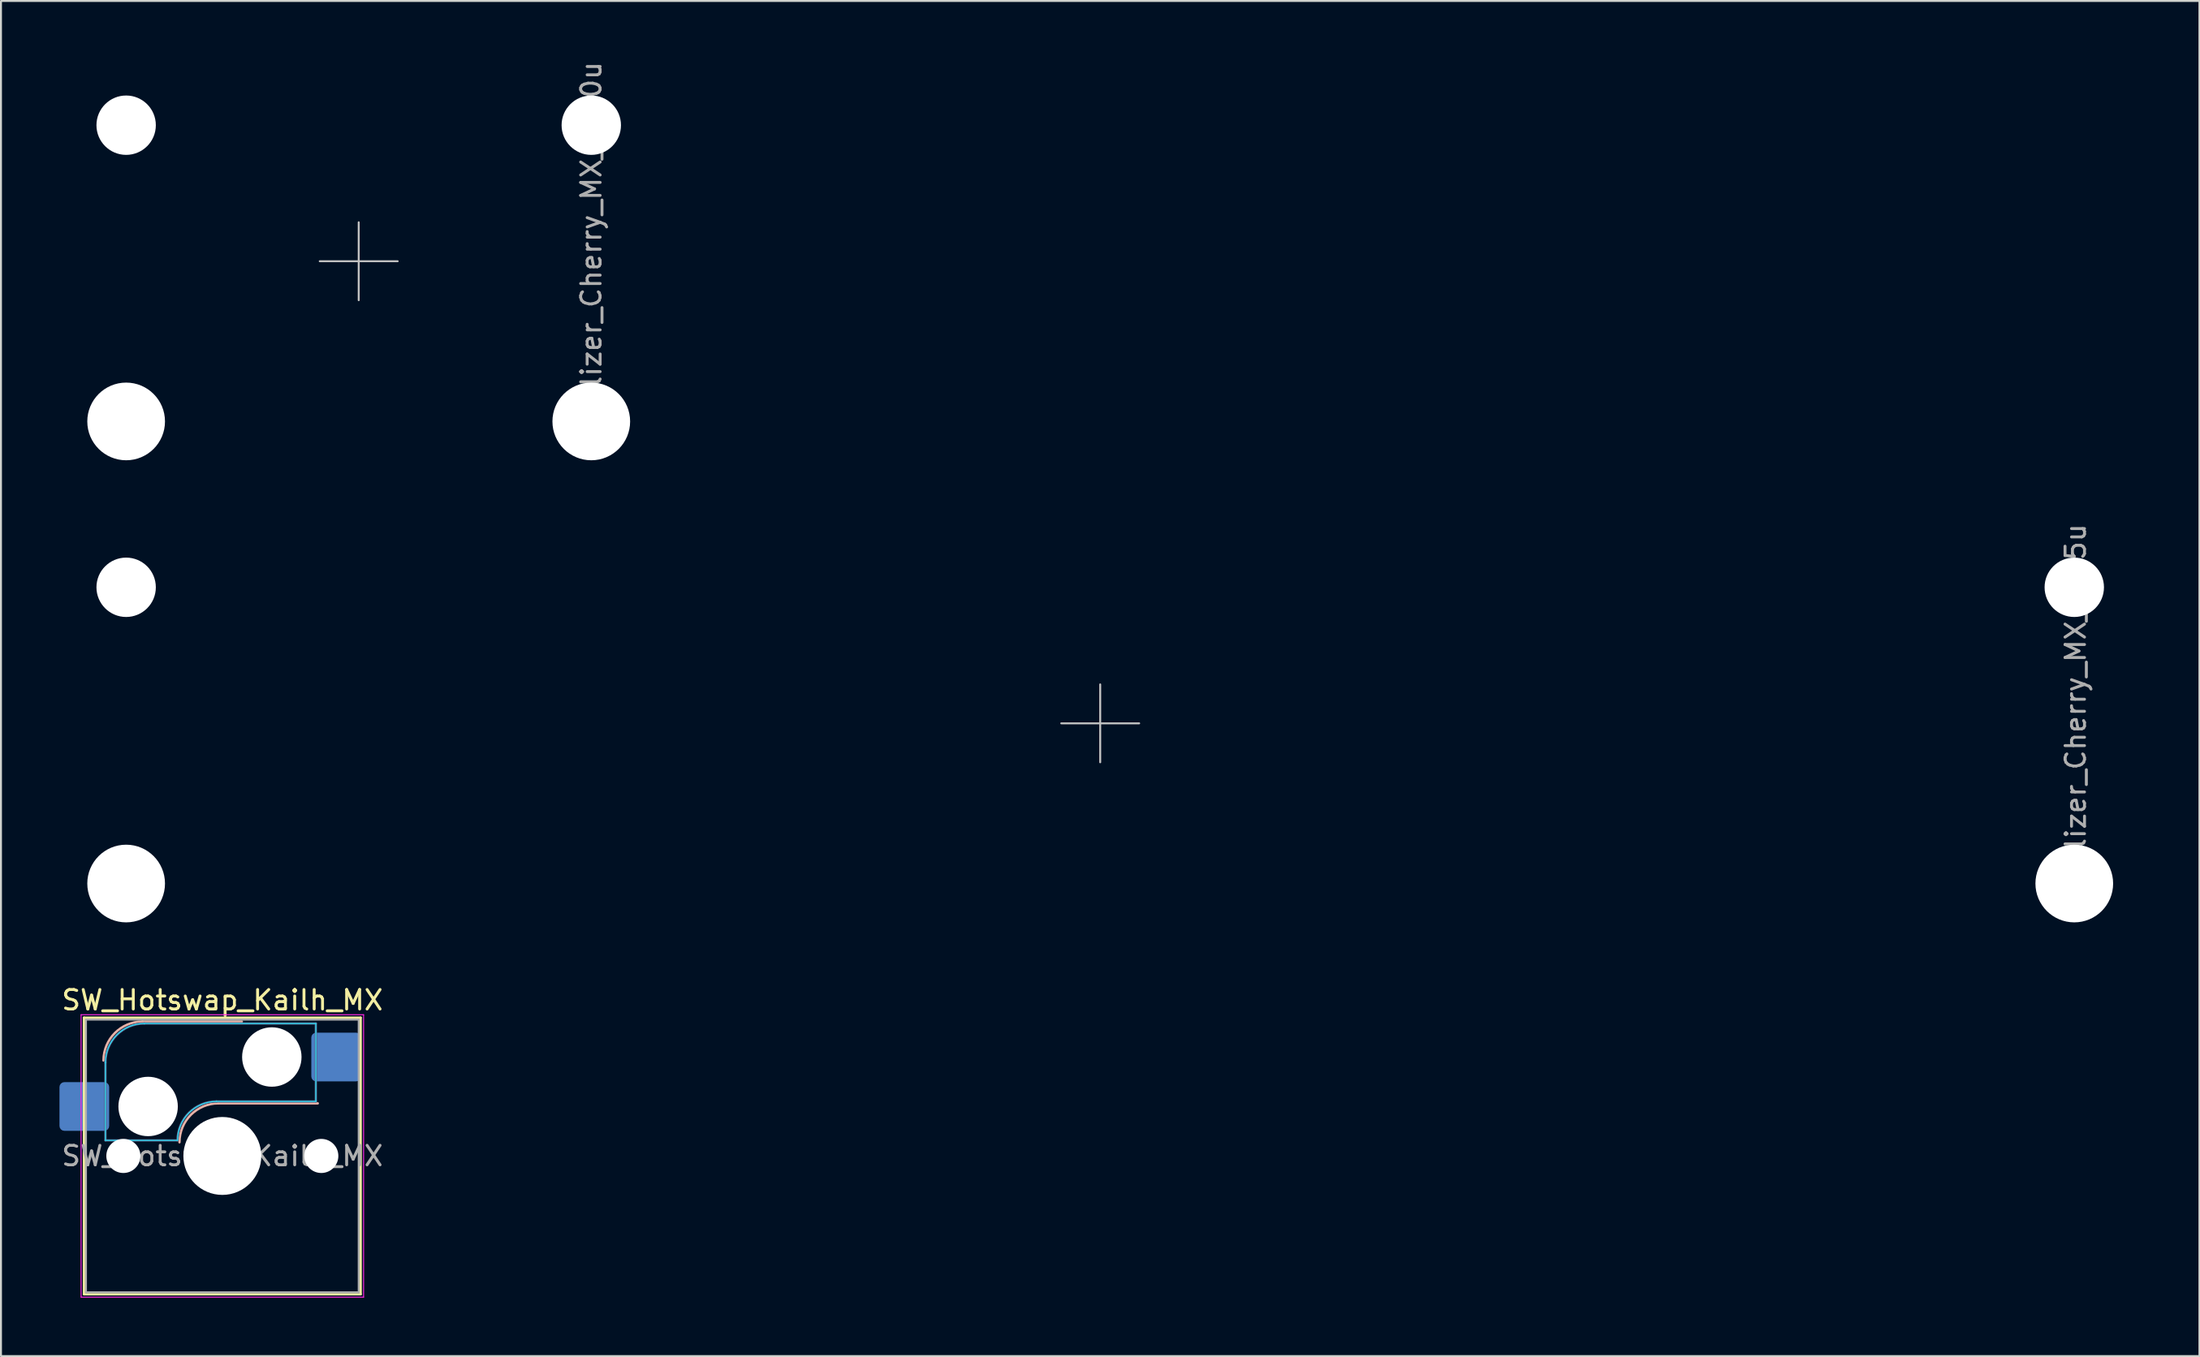
<source format=kicad_pcb>
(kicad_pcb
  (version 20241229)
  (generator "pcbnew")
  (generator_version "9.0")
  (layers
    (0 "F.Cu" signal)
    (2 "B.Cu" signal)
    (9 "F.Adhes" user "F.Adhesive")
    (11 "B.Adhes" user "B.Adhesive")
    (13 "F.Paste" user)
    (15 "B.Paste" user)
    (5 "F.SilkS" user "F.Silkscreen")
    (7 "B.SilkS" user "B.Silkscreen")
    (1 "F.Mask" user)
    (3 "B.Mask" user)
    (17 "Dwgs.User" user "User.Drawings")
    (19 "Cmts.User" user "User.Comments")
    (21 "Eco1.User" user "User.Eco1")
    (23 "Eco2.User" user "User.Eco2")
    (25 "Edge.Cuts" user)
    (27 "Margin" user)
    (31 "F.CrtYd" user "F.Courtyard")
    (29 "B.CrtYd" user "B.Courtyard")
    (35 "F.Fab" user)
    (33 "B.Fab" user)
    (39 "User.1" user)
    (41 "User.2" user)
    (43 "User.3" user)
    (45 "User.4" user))
  (footprint "Stabilizer_Cherry_MX_6.25u"
    (layer "F.Cu")
    (at 53.425 34.089)
    (property "Reference" "Stabilizer_Cherry_MX_6.25u" (at 50.07 0 90) (layer "F.Fab") (effects (font (size 1 1) (thickness 0.15))))
    (attr exclude_from_pos_files exclude_from_bom)
    (fp_line (start 0 2) (end 0 -2) (stroke (width 0.1) (type solid)) (layer "Dwgs.User"))
    (fp_line (start 2 0) (end -2 0) (stroke (width 0.1) (type solid)) (layer "Dwgs.User"))
    (fp_line (start -53.375 -5.53) (end -53.375 6.77) (stroke (width 0.1) (type solid)) (layer "Eco1.User"))
    (fp_line (start -53.375 6.77) (end -46.625 6.77) (stroke (width 0.1) (type solid)) (layer "Eco1.User"))
    (fp_line (start -46.625 -5.53) (end -53.375 -5.53) (stroke (width 0.1) (type solid)) (layer "Eco1.User"))
    (fp_line (start -46.625 6.77) (end -46.625 -5.53) (stroke (width 0.1) (type solid)) (layer "Eco1.User"))
    (fp_line (start 46.625 -5.53) (end 46.625 6.77) (stroke (width 0.1) (type solid)) (layer "Eco1.User"))
    (fp_line (start 46.625 6.77) (end 53.375 6.77) (stroke (width 0.1) (type solid)) (layer "Eco1.User"))
    (fp_line (start 53.375 -5.53) (end 46.625 -5.53) (stroke (width 0.1) (type solid)) (layer "Eco1.User"))
    (fp_line (start 53.375 6.77) (end 53.375 -5.53) (stroke (width 0.1) (type solid)) (layer "Eco1.User"))
    (pad "" np_thru_hole circle (at -50 -6.985) (size 3.048 3.048) (drill 3.048) (layers "*.Cu" "*.Mask"))
    (pad "" np_thru_hole circle (at -50 8.225) (size 3.988 3.988) (drill 3.988) (layers "*.Cu" "*.Mask"))
    (pad "" np_thru_hole circle (at 50 -6.985) (size 3.048 3.048) (drill 3.048) (layers "*.Cu" "*.Mask"))
    (pad "" np_thru_hole circle (at 50 8.225) (size 3.988 3.988) (drill 3.988) (layers "*.Cu" "*.Mask")))
  (footprint "Stabilizer_Cherry_MX_2.00u"
    (layer "F.Cu")
    (at 15.363 10.363)
    (property "Reference" "Stabilizer_Cherry_MX_2.00u" (at 11.938 0 90) (layer "F.Fab") (effects (font (size 1 1) (thickness 0.15))))
    (attr exclude_from_pos_files exclude_from_bom)
    (fp_line (start -2 0) (end 2 0) (stroke (width 0.1) (type solid)) (layer "Dwgs.User"))
    (fp_line (start 0 2) (end 0 -2) (stroke (width 0.1) (type solid)) (layer "Dwgs.User"))
    (fp_line (start -15.313 -5.53) (end -15.313 6.77) (stroke (width 0.1) (type solid)) (layer "Eco1.User"))
    (fp_line (start -15.313 6.77) (end -8.563 6.77) (stroke (width 0.1) (type solid)) (layer "Eco1.User"))
    (fp_line (start -8.563 -5.53) (end -15.313 -5.53) (stroke (width 0.1) (type solid)) (layer "Eco1.User"))
    (fp_line (start -8.563 6.77) (end -8.563 -5.53) (stroke (width 0.1) (type solid)) (layer "Eco1.User"))
    (fp_line (start 8.563 -5.53) (end 8.563 6.77) (stroke (width 0.1) (type solid)) (layer "Eco1.User"))
    (fp_line (start 8.563 6.77) (end 15.313 6.77) (stroke (width 0.1) (type solid)) (layer "Eco1.User"))
    (fp_line (start 15.313 -5.53) (end 8.563 -5.53) (stroke (width 0.1) (type solid)) (layer "Eco1.User"))
    (fp_line (start 15.313 6.77) (end 15.313 -5.53) (stroke (width 0.1) (type solid)) (layer "Eco1.User"))
    (pad "" np_thru_hole circle (at -11.938 -6.985) (size 3.048 3.048) (drill 3.048) (layers "*.Cu" "*.Mask"))
    (pad "" np_thru_hole circle (at -11.938 8.225) (size 3.988 3.988) (drill 3.988) (layers "*.Cu" "*.Mask"))
    (pad "" np_thru_hole circle (at 11.938 -6.985) (size 3.048 3.048) (drill 3.048) (layers "*.Cu" "*.Mask"))
    (pad "" np_thru_hole circle (at 11.938 8.225) (size 3.988 3.988) (drill 3.988) (layers "*.Cu" "*.Mask")))
  (footprint "SW_Hotswap_Kailh_MX"
    (layer "F.Cu")
    (at 8.363 56.301)
    (property "Reference" "SW_Hotswap_Kailh_MX" (at 0 -8 0) (layer "F.SilkS") (effects (font (size 1 1) (thickness 0.15))))
    (attr smd)
    (fp_line (start -7.1 -7.1) (end -7.1 7.1) (stroke (width 0.12) (type solid)) (layer "F.SilkS"))
    (fp_line (start -7.1 7.1) (end 7.1 7.1) (stroke (width 0.12) (type solid)) (layer "F.SilkS"))
    (fp_line (start 7.1 -7.1) (end -7.1 -7.1) (stroke (width 0.12) (type solid)) (layer "F.SilkS"))
    (fp_line (start 7.1 7.1) (end 7.1 -7.1) (stroke (width 0.12) (type solid)) (layer "F.SilkS"))
    (fp_line (start -4.1 -6.9) (end 1 -6.9) (stroke (width 0.12) (type solid)) (layer "B.SilkS"))
    (fp_line (start -0.2 -2.7) (end 4.9 -2.7) (stroke (width 0.12) (type solid)) (layer "B.SilkS"))
    (fp_arc (start -6.1 -4.9) (mid -5.514214 -6.314214) (end -4.1 -6.9) (stroke (width 0.12) (type solid)) (layer "B.SilkS"))
    (fp_arc (start -2.2 -0.7) (mid -1.614214 -2.114214) (end -0.2 -2.7) (stroke (width 0.12) (type solid)) (layer "B.SilkS"))
    (fp_line (start -7.8 -6) (end -7 -6) (stroke (width 0.1) (type solid)) (layer "Eco1.User"))
    (fp_line (start -7.8 -2.9) (end -7.8 -6) (stroke (width 0.1) (type solid)) (layer "Eco1.User"))
    (fp_line (start -7.8 2.9) (end -7 2.9) (stroke (width 0.1) (type solid)) (layer "Eco1.User"))
    (fp_line (start -7.8 6) (end -7.8 2.9) (stroke (width 0.1) (type solid)) (layer "Eco1.User"))
    (fp_line (start -7 -7) (end 7 -7) (stroke (width 0.1) (type solid)) (layer "Eco1.User"))
    (fp_line (start -7 -6) (end -7 -7) (stroke (width 0.1) (type solid)) (layer "Eco1.User"))
    (fp_line (start -7 -2.9) (end -7.8 -2.9) (stroke (width 0.1) (type solid)) (layer "Eco1.User"))
    (fp_line (start -7 2.9) (end -7 -2.9) (stroke (width 0.1) (type solid)) (layer "Eco1.User"))
    (fp_line (start -7 6) (end -7.8 6) (stroke (width 0.1) (type solid)) (layer "Eco1.User"))
    (fp_line (start -7 7) (end -7 6) (stroke (width 0.1) (type solid)) (layer "Eco1.User"))
    (fp_line (start 7 -7) (end 7 -6) (stroke (width 0.1) (type solid)) (layer "Eco1.User"))
    (fp_line (start 7 -6) (end 7.8 -6) (stroke (width 0.1) (type solid)) (layer "Eco1.User"))
    (fp_line (start 7 -2.9) (end 7 2.9) (stroke (width 0.1) (type solid)) (layer "Eco1.User"))
    (fp_line (start 7 2.9) (end 7.8 2.9) (stroke (width 0.1) (type solid)) (layer "Eco1.User"))
    (fp_line (start 7 6) (end 7 7) (stroke (width 0.1) (type solid)) (layer "Eco1.User"))
    (fp_line (start 7 7) (end -7 7) (stroke (width 0.1) (type solid)) (layer "Eco1.User"))
    (fp_line (start 7.8 -6) (end 7.8 -2.9) (stroke (width 0.1) (type solid)) (layer "Eco1.User"))
    (fp_line (start 7.8 -2.9) (end 7 -2.9) (stroke (width 0.1) (type solid)) (layer "Eco1.User"))
    (fp_line (start 7.8 2.9) (end 7.8 6) (stroke (width 0.1) (type solid)) (layer "Eco1.User"))
    (fp_line (start 7.8 6) (end 7 6) (stroke (width 0.1) (type solid)) (layer "Eco1.User"))
    (fp_line (start -6 -0.8) (end -6 -4.8) (stroke (width 0.05) (type solid)) (layer "B.CrtYd"))
    (fp_line (start -6 -0.8) (end -2.3 -0.8) (stroke (width 0.05) (type solid)) (layer "B.CrtYd"))
    (fp_line (start -4 -6.8) (end 4.8 -6.8) (stroke (width 0.05) (type solid)) (layer "B.CrtYd"))
    (fp_line (start -0.3 -2.8) (end 4.8 -2.8) (stroke (width 0.05) (type solid)) (layer "B.CrtYd"))
    (fp_line (start 4.8 -6.8) (end 4.8 -2.8) (stroke (width 0.05) (type solid)) (layer "B.CrtYd"))
    (fp_arc (start -6 -4.8) (mid -5.414214 -6.214214) (end -4 -6.8) (stroke (width 0.05) (type solid)) (layer "B.CrtYd"))
    (fp_arc (start -2.3 -0.8) (mid -1.714214 -2.214214) (end -0.3 -2.8) (stroke (width 0.05) (type solid)) (layer "B.CrtYd"))
    (fp_line (start -7.25 -7.25) (end -7.25 7.25) (stroke (width 0.05) (type solid)) (layer "F.CrtYd"))
    (fp_line (start -7.25 7.25) (end 7.25 7.25) (stroke (width 0.05) (type solid)) (layer "F.CrtYd"))
    (fp_line (start 7.25 -7.25) (end -7.25 -7.25) (stroke (width 0.05) (type solid)) (layer "F.CrtYd"))
    (fp_line (start 7.25 7.25) (end 7.25 -7.25) (stroke (width 0.05) (type solid)) (layer "F.CrtYd"))
    (fp_line (start -6 -0.8) (end -6 -4.8) (stroke (width 0.12) (type solid)) (layer "B.Fab"))
    (fp_line (start -6 -0.8) (end -2.3 -0.8) (stroke (width 0.12) (type solid)) (layer "B.Fab"))
    (fp_line (start -4 -6.8) (end 4.8 -6.8) (stroke (width 0.12) (type solid)) (layer "B.Fab"))
    (fp_line (start -0.3 -2.8) (end 4.8 -2.8) (stroke (width 0.12) (type solid)) (layer "B.Fab"))
    (fp_line (start 4.8 -6.8) (end 4.8 -2.8) (stroke (width 0.12) (type solid)) (layer "B.Fab"))
    (fp_arc (start -6 -4.8) (mid -5.414214 -6.214214) (end -4 -6.8) (stroke (width 0.12) (type solid)) (layer "B.Fab"))
    (fp_arc (start -2.3 -0.8) (mid -1.714214 -2.214214) (end -0.3 -2.8) (stroke (width 0.12) (type solid)) (layer "B.Fab"))
    (fp_line (start -7 -7) (end -7 7) (stroke (width 0.1) (type solid)) (layer "F.Fab"))
    (fp_line (start -7 7) (end 7 7) (stroke (width 0.1) (type solid)) (layer "F.Fab"))
    (fp_line (start 7 -7) (end -7 -7) (stroke (width 0.1) (type solid)) (layer "F.Fab"))
    (fp_line (start 7 7) (end 7 -7) (stroke (width 0.1) (type solid)) (layer "F.Fab"))
    (fp_text user "${REFERENCE}" (at 0 0 0) (layer "F.Fab") (effects (font (size 1 1) (thickness 0.15))))
    (pad "" np_thru_hole circle (at -5.08 0) (size 1.75 1.75) (drill 1.75) (layers "*.Cu" "*.Mask"))
    (pad "" np_thru_hole circle (at -3.81 -2.54) (size 3.05 3.05) (drill 3.05) (layers "*.Cu" "*.Mask"))
    (pad "" np_thru_hole circle (at 0 0) (size 4 4) (drill 4) (layers "*.Cu" "*.Mask"))
    (pad "" np_thru_hole circle (at 2.54 -5.08) (size 3.05 3.05) (drill 3.05) (layers "*.Cu" "*.Mask"))
    (pad "" np_thru_hole circle (at 5.08 0) (size 1.75 1.75) (drill 1.75) (layers "*.Cu" "*.Mask"))
    (pad "1" smd roundrect (at -7.085 -2.54) (size 2.55 2.5) (layers "B.Cu" "B.Mask" "B.Paste") (roundrect_rratio 0.1))
    (pad "2" smd roundrect (at 5.842 -5.08) (size 2.55 2.5) (layers "B.Cu" "B.Mask" "B.Paste") (roundrect_rratio 0.1)))
  (gr_rect
    (start -3 -3)
    (end 109.85 66.576)
    (stroke (width 0.1) (type default))
    (fill no)
    (layer "Edge.Cuts")))
</source>
